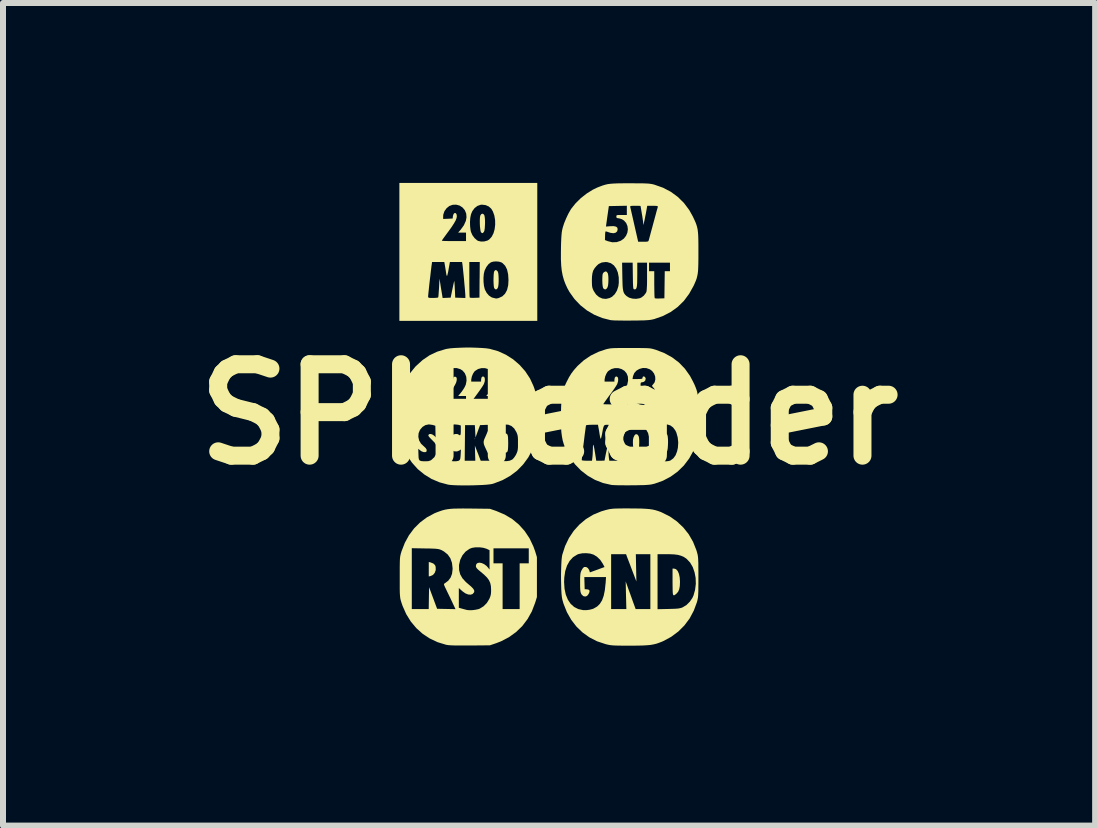
<source format=kicad_pcb>
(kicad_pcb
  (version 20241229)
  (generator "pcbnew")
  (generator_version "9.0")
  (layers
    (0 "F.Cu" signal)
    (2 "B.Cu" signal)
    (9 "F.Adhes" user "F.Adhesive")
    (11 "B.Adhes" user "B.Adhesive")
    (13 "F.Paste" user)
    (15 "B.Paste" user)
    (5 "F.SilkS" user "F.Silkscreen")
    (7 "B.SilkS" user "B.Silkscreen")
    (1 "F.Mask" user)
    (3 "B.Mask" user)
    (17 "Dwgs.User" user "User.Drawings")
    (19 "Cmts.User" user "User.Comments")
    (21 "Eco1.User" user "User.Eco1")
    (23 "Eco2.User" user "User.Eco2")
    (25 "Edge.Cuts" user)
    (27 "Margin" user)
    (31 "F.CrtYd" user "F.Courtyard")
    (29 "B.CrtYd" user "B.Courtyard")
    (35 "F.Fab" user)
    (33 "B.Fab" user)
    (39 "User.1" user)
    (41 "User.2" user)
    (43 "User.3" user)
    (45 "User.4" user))
  (footprint "SPIHeader"
    (layer "F.Cu")
    (at 6.103 3.857)
    (property "Reference" "SPIHeader" (at 0 0 0) (layer "F.SilkS") (effects (font (size 1.524 1.524) (thickness 0.3))))
    (attr board_only exclude_from_pos_files exclude_from_bom)
    (fp_poly (pts (xy -1.231 0.409) (xy -1.237 0.414) (xy -1.242 0.409) (xy -1.237 0.403)) (stroke (width 0) (type solid)) (fill yes) (layer "F.SilkS"))
    (fp_poly (pts (xy -1.975 2.469) (xy -1.929 2.487) (xy -1.9 2.515) (xy -1.89 2.544) (xy -1.889 2.596) (xy -1.905 2.642) (xy -1.934 2.677) (xy -1.975 2.696) (xy -1.975 2.696) (xy -2.005 2.703) (xy -2.005 2.462)) (stroke (width 0) (type solid)) (fill yes) (layer "F.SilkS"))
    (fp_poly (pts (xy -0.713 0.32) (xy -0.696 0.334) (xy -0.689 0.351) (xy -0.684 0.381) (xy -0.682 0.429) (xy -0.681 0.479) (xy -0.682 0.542) (xy -0.685 0.586) (xy -0.69 0.613) (xy -0.696 0.625) (xy -0.718 0.641) (xy -0.739 0.636) (xy -0.754 0.613) (xy -0.76 0.585) (xy -0.765 0.543) (xy -0.767 0.494) (xy -0.767 0.442) (xy -0.764 0.395) (xy -0.76 0.359) (xy -0.754 0.341) (xy -0.734 0.319)) (stroke (width 0) (type solid)) (fill yes) (layer "F.SilkS"))
    (fp_poly (pts (xy 1.468 0.334) (xy 1.483 0.347) (xy 1.493 0.364) (xy 1.499 0.385) (xy 1.503 0.418) (xy 1.504 0.466) (xy 1.504 0.472) (xy 1.501 0.54) (xy 1.493 0.588) (xy 1.478 0.617) (xy 1.458 0.63) (xy 1.439 0.624) (xy 1.422 0.607) (xy 1.409 0.575) (xy 1.401 0.529) (xy 1.398 0.478) (xy 1.399 0.428) (xy 1.407 0.389) (xy 1.407 0.388) (xy 1.426 0.349) (xy 1.446 0.331)) (stroke (width 0) (type solid)) (fill yes) (layer "F.SilkS"))
    (fp_poly (pts (xy 1.961 0.324) (xy 1.973 0.344) (xy 1.979 0.373) (xy 1.983 0.416) (xy 1.984 0.466) (xy 1.982 0.517) (xy 1.979 0.564) (xy 1.973 0.6) (xy 1.966 0.619) (xy 1.948 0.639) (xy 1.932 0.64) (xy 1.917 0.625) (xy 1.909 0.605) (xy 1.903 0.569) (xy 1.899 0.522) (xy 1.897 0.471) (xy 1.898 0.422) (xy 1.901 0.381) (xy 1.907 0.355) (xy 1.922 0.326) (xy 1.942 0.316)) (stroke (width 0) (type solid)) (fill yes) (layer "F.SilkS"))
    (fp_poly (pts (xy 2.117 2.582) (xy 2.144 2.611) (xy 2.165 2.658) (xy 2.178 2.718) (xy 2.183 2.79) (xy 2.18 2.862) (xy 2.17 2.917) (xy 2.152 2.958) (xy 2.124 2.99) (xy 2.123 2.991) (xy 2.103 3.007) (xy 2.087 3.017) (xy 2.076 3.017) (xy 2.068 3.007) (xy 2.063 2.983) (xy 2.061 2.944) (xy 2.06 2.887) (xy 2.059 2.812) (xy 2.059 2.795) (xy 2.059 2.572) (xy 2.085 2.572)) (stroke (width 0) (type solid)) (fill yes) (layer "F.SilkS"))
    (fp_poly (pts (xy -1.087 -3.332) (xy -1.078 -3.317) (xy -1.072 -3.288) (xy -1.068 -3.245) (xy -1.067 -3.196) (xy -1.069 -3.144) (xy -1.072 -3.097) (xy -1.078 -3.061) (xy -1.085 -3.043) (xy -1.103 -3.022) (xy -1.119 -3.022) (xy -1.135 -3.036) (xy -1.142 -3.056) (xy -1.147 -3.091) (xy -1.152 -3.137) (xy -1.154 -3.187) (xy -1.154 -3.237) (xy -1.152 -3.28) (xy -1.147 -3.31) (xy -1.145 -3.315) (xy -1.128 -3.339) (xy -1.107 -3.345)) (stroke (width 0) (type solid)) (fill yes) (layer "F.SilkS"))
    (fp_poly (pts (xy -0.86 -2.387) (xy -0.853 -2.375) (xy -0.846 -2.35) (xy -0.842 -2.309) (xy -0.84 -2.259) (xy -0.84 -2.208) (xy -0.843 -2.16) (xy -0.849 -2.124) (xy -0.851 -2.116) (xy -0.867 -2.089) (xy -0.887 -2.081) (xy -0.906 -2.093) (xy -0.916 -2.109) (xy -0.921 -2.135) (xy -0.924 -2.177) (xy -0.926 -2.227) (xy -0.925 -2.279) (xy -0.923 -2.328) (xy -0.919 -2.365) (xy -0.915 -2.381) (xy -0.9 -2.402) (xy -0.88 -2.404)) (stroke (width 0) (type solid)) (fill yes) (layer "F.SilkS"))
    (fp_poly (pts (xy 0.961 -2.377) (xy 0.979 -2.352) (xy 0.982 -2.342) (xy 0.988 -2.305) (xy 0.99 -2.257) (xy 0.989 -2.205) (xy 0.985 -2.158) (xy 0.977 -2.123) (xy 0.976 -2.119) (xy 0.957 -2.091) (xy 0.935 -2.081) (xy 0.912 -2.092) (xy 0.902 -2.106) (xy 0.895 -2.131) (xy 0.89 -2.175) (xy 0.888 -2.233) (xy 0.888 -2.236) (xy 0.889 -2.286) (xy 0.891 -2.32) (xy 0.895 -2.341) (xy 0.903 -2.356) (xy 0.913 -2.367) (xy 0.939 -2.382)) (stroke (width 0) (type solid)) (fill yes) (layer "F.SilkS"))
    (fp_poly (pts (xy -1.331 1.571) (xy -1.308 1.571) (xy -0.986 1.575) (xy -0.879 1.612) (xy -0.74 1.671) (xy -0.614 1.746) (xy -0.503 1.838) (xy -0.406 1.946) (xy -0.325 2.068) (xy -0.261 2.203) (xy -0.232 2.283) (xy -0.202 2.381) (xy -0.202 3.046) (xy -0.232 3.143) (xy -0.287 3.286) (xy -0.359 3.415) (xy -0.447 3.531) (xy -0.551 3.631) (xy -0.669 3.716) (xy -0.8 3.784) (xy -0.879 3.815) (xy -0.986 3.851) (xy -1.318 3.854) (xy -1.425 3.854) (xy -1.513 3.854) (xy -1.582 3.853) (xy -1.637 3.851) (xy -1.678 3.848) (xy -1.709 3.843) (xy -1.716 3.842) (xy -1.857 3.799) (xy -1.987 3.738) (xy -2.106 3.66) (xy -2.212 3.565) (xy -2.304 3.455) (xy -2.381 3.331) (xy -2.442 3.193) (xy -2.46 3.141) (xy -2.468 3.114) (xy -2.475 3.09) (xy -2.48 3.066) (xy -2.483 3.04) (xy -2.486 3.008) (xy -2.488 2.967) (xy -2.489 2.915) (xy -2.489 2.849) (xy -2.489 2.766) (xy -2.489 2.713) (xy -2.489 2.619) (xy -2.489 2.544) (xy -2.488 2.485) (xy -2.487 2.439) (xy -2.485 2.403) (xy -2.482 2.374) (xy -2.477 2.349) (xy -2.472 2.326) (xy -2.464 2.3) (xy -2.46 2.285) (xy -2.439 2.232) (xy -2.288 2.232) (xy -2.288 3.247) (xy -2.006 3.247) (xy -2.003 3.065) (xy -2 2.882) (xy -1.866 3.242) (xy -1.559 3.248) (xy -1.57 3.225) (xy -1.504 3.225) (xy -1.447 3.241) (xy -1.41 3.251) (xy -1.379 3.259) (xy -1.368 3.262) (xy -1.329 3.266) (xy -1.279 3.265) (xy -1.226 3.258) (xy -1.178 3.248) (xy -1.154 3.239) (xy -1.091 3.2) (xy -1.036 3.144) (xy -0.994 3.075) (xy -0.994 3.074) (xy -0.978 3.034) (xy -0.969 2.996) (xy -0.966 2.949) (xy -0.966 2.926) (xy -0.969 2.865) (xy -0.98 2.813) (xy -1.001 2.766) (xy -1.034 2.721) (xy -1.083 2.673) (xy -1.147 2.619) (xy -1.184 2.588) (xy -1.206 2.565) (xy -1.217 2.546) (xy -1.22 2.528) (xy -1.212 2.497) (xy -1.191 2.479) (xy -1.16 2.473) (xy -1.122 2.48) (xy -1.082 2.498) (xy -1.043 2.527) (xy -1.019 2.553) (xy -0.992 2.588) (xy -0.992 2.484) (xy -0.926 2.484) (xy -0.774 2.484) (xy -0.774 3.247) (xy -0.49 3.247) (xy -0.49 2.484) (xy -0.338 2.484) (xy -0.338 2.234) (xy -0.926 2.234) (xy -0.926 2.484) (xy -0.992 2.484) (xy -0.992 2.265) (xy -1.043 2.241) (xy -1.096 2.225) (xy -1.159 2.217) (xy -1.224 2.217) (xy -1.283 2.226) (xy -1.325 2.242) (xy -1.392 2.289) (xy -1.444 2.351) (xy -1.481 2.426) (xy -1.5 2.51) (xy -1.501 2.521) (xy -1.499 2.598) (xy -1.481 2.668) (xy -1.445 2.732) (xy -1.388 2.795) (xy -1.346 2.831) (xy -1.298 2.872) (xy -1.267 2.904) (xy -1.25 2.93) (xy -1.246 2.952) (xy -1.251 2.969) (xy -1.274 2.996) (xy -1.308 3.007) (xy -1.35 3.003) (xy -1.396 2.984) (xy -1.444 2.95) (xy -1.448 2.946) (xy -1.504 2.896) (xy -1.504 3.225) (xy -1.57 3.225) (xy -1.617 3.125) (xy -1.644 3.067) (xy -1.674 3.006) (xy -1.701 2.95) (xy -1.717 2.916) (xy -1.737 2.875) (xy -1.748 2.849) (xy -1.752 2.833) (xy -1.748 2.824) (xy -1.739 2.818) (xy -1.681 2.775) (xy -1.641 2.722) (xy -1.617 2.659) (xy -1.608 2.582) (xy -1.608 2.566) (xy -1.618 2.477) (xy -1.645 2.4) (xy -1.689 2.337) (xy -1.751 2.287) (xy -1.792 2.264) (xy -1.813 2.256) (xy -1.833 2.249) (xy -1.857 2.245) (xy -1.889 2.241) (xy -1.931 2.239) (xy -1.988 2.237) (xy -2.063 2.236) (xy -2.068 2.236) (xy -2.288 2.232) (xy -2.439 2.232) (xy -2.405 2.144) (xy -2.335 2.016) (xy -2.249 1.901) (xy -2.148 1.801) (xy -2.035 1.717) (xy -1.91 1.65) (xy -1.871 1.634) (xy -1.822 1.616) (xy -1.778 1.601) (xy -1.736 1.59) (xy -1.692 1.582) (xy -1.643 1.576) (xy -1.585 1.572) (xy -1.516 1.571) (xy -1.432 1.57)) (stroke (width 0) (type solid)) (fill yes) (layer "F.SilkS"))
    (fp_poly (pts (xy -0.196 -1.558) (xy -2.495 -1.558) (xy -2.495 -1.966) (xy -2.016 -1.966) (xy -2.015 -1.953) (xy -2.008 -1.945) (xy -1.992 -1.941) (xy -1.961 -1.94) (xy -1.935 -1.94) (xy -1.895 -1.941) (xy -1.864 -1.944) (xy -1.849 -1.948) (xy -1.848 -1.949) (xy -1.845 -1.963) (xy -1.842 -1.994) (xy -1.839 -2.038) (xy -1.835 -2.092) (xy -1.834 -2.11) (xy -1.826 -2.261) (xy -1.812 -2.174) (xy -1.804 -2.119) (xy -1.794 -2.061) (xy -1.786 -2.013) (xy -1.774 -1.939) (xy -1.707 -1.942) (xy -1.64 -1.945) (xy -1.611 -2.087) (xy -1.6 -2.138) (xy -1.591 -2.181) (xy -1.584 -2.21) (xy -1.58 -2.223) (xy -1.58 -2.223) (xy -1.578 -2.211) (xy -1.576 -2.181) (xy -1.573 -2.138) (xy -1.571 -2.086) (xy -1.57 -2.081) (xy -1.564 -1.945) (xy -1.479 -1.942) (xy -1.395 -1.939) (xy -1.395 -1.976) (xy -1.396 -1.998) (xy -1.399 -2.037) (xy -1.403 -2.091) (xy -1.409 -2.153) (xy -1.415 -2.221) (xy -1.417 -2.247) (xy -1.329 -2.247) (xy -1.329 -2.169) (xy -1.328 -2.098) (xy -1.327 -2.038) (xy -1.326 -1.99) (xy -1.324 -1.959) (xy -1.322 -1.946) (xy -1.322 -1.946) (xy -1.308 -1.943) (xy -1.278 -1.941) (xy -1.239 -1.942) (xy -1.237 -1.942) (xy -1.16 -1.945) (xy -1.158 -2.242) (xy -1.157 -2.278) (xy -1.093 -2.278) (xy -1.092 -2.208) (xy -1.085 -2.141) (xy -1.071 -2.084) (xy -1.069 -2.079) (xy -1.041 -2.026) (xy -1.004 -1.982) (xy -0.963 -1.953) (xy -0.94 -1.944) (xy -0.914 -1.938) (xy -0.899 -1.934) (xy -0.886 -1.931) (xy -0.872 -1.931) (xy -0.85 -1.936) (xy -0.836 -1.94) (xy -0.778 -1.967) (xy -0.733 -2.011) (xy -0.7 -2.072) (xy -0.681 -2.151) (xy -0.676 -2.238) (xy -0.682 -2.334) (xy -0.7 -2.414) (xy -0.731 -2.476) (xy -0.774 -2.52) (xy -0.795 -2.533) (xy -0.835 -2.545) (xy -0.884 -2.549) (xy -0.933 -2.545) (xy -0.97 -2.533) (xy -1.009 -2.503) (xy -1.045 -2.456) (xy -1.073 -2.399) (xy -1.074 -2.397) (xy -1.087 -2.344) (xy -1.093 -2.278) (xy -1.157 -2.278) (xy -1.155 -2.539) (xy -1.329 -2.539) (xy -1.329 -2.247) (xy -1.417 -2.247) (xy -1.421 -2.29) (xy -1.428 -2.356) (xy -1.434 -2.415) (xy -1.439 -2.463) (xy -1.443 -2.496) (xy -1.444 -2.503) (xy -1.45 -2.539) (xy -1.653 -2.539) (xy -1.673 -2.427) (xy -1.681 -2.38) (xy -1.69 -2.341) (xy -1.697 -2.315) (xy -1.7 -2.307) (xy -1.706 -2.311) (xy -1.712 -2.332) (xy -1.715 -2.35) (xy -1.721 -2.391) (xy -1.729 -2.44) (xy -1.734 -2.471) (xy -1.746 -2.539) (xy -1.95 -2.539) (xy -1.955 -2.503) (xy -1.959 -2.478) (xy -1.964 -2.435) (xy -1.971 -2.381) (xy -1.978 -2.318) (xy -1.986 -2.251) (xy -1.994 -2.182) (xy -2.001 -2.117) (xy -2.007 -2.059) (xy -2.012 -2.012) (xy -2.015 -1.979) (xy -2.016 -1.966) (xy -2.495 -1.966) (xy -2.495 -2.895) (xy -1.787 -2.895) (xy -1.777 -2.892) (xy -1.748 -2.89) (xy -1.704 -2.889) (xy -1.649 -2.888) (xy -1.585 -2.888) (xy -1.384 -2.888) (xy -1.384 -3.029) (xy -1.516 -3.029) (xy -1.472 -3.079) (xy -1.42 -3.151) (xy -1.395 -3.207) (xy -1.318 -3.207) (xy -1.316 -3.135) (xy -1.308 -3.069) (xy -1.302 -3.042) (xy -1.278 -2.987) (xy -1.242 -2.938) (xy -1.2 -2.901) (xy -1.182 -2.891) (xy -1.134 -2.88) (xy -1.08 -2.882) (xy -1.028 -2.896) (xy -0.999 -2.913) (xy -0.958 -2.957) (xy -0.927 -3.016) (xy -0.907 -3.085) (xy -0.898 -3.161) (xy -0.899 -3.239) (xy -0.912 -3.314) (xy -0.936 -3.382) (xy -0.964 -3.428) (xy -1.005 -3.465) (xy -1.058 -3.488) (xy -1.118 -3.495) (xy -1.141 -3.493) (xy -1.194 -3.474) (xy -1.241 -3.438) (xy -1.279 -3.387) (xy -1.301 -3.335) (xy -1.313 -3.276) (xy -1.318 -3.207) (xy -1.395 -3.207) (xy -1.387 -3.224) (xy -1.376 -3.285) (xy -1.381 -3.347) (xy -1.404 -3.403) (xy -1.442 -3.448) (xy -1.491 -3.48) (xy -1.548 -3.495) (xy -1.606 -3.493) (xy -1.662 -3.473) (xy -1.709 -3.435) (xy -1.744 -3.386) (xy -1.763 -3.33) (xy -1.765 -3.304) (xy -1.765 -3.257) (xy -1.686 -3.26) (xy -1.607 -3.264) (xy -1.602 -3.307) (xy -1.591 -3.34) (xy -1.575 -3.356) (xy -1.556 -3.354) (xy -1.542 -3.335) (xy -1.537 -3.302) (xy -1.542 -3.271) (xy -1.557 -3.232) (xy -1.584 -3.184) (xy -1.623 -3.124) (xy -1.676 -3.05) (xy -1.684 -3.04) (xy -1.719 -2.992) (xy -1.749 -2.951) (xy -1.772 -2.919) (xy -1.785 -2.899) (xy -1.787 -2.895) (xy -2.495 -2.895) (xy -2.495 -3.857) (xy -0.196 -3.857)) (stroke (width 0) (type solid)) (fill yes) (layer "F.SilkS"))
    (fp_poly (pts (xy 1.45 1.57) (xy 1.539 1.571) (xy 1.613 1.575) (xy 1.675 1.58) (xy 1.728 1.588) (xy 1.776 1.599) (xy 1.821 1.613) (xy 1.867 1.63) (xy 1.878 1.635) (xy 2.012 1.702) (xy 2.132 1.786) (xy 2.238 1.886) (xy 2.328 1.999) (xy 2.401 2.126) (xy 2.456 2.264) (xy 2.465 2.294) (xy 2.472 2.32) (xy 2.478 2.344) (xy 2.482 2.37) (xy 2.485 2.4) (xy 2.487 2.437) (xy 2.489 2.485) (xy 2.489 2.545) (xy 2.49 2.622) (xy 2.49 2.713) (xy 2.49 2.808) (xy 2.489 2.884) (xy 2.489 2.944) (xy 2.487 2.991) (xy 2.485 3.028) (xy 2.482 3.058) (xy 2.477 3.084) (xy 2.472 3.108) (xy 2.465 3.133) (xy 2.413 3.273) (xy 2.344 3.403) (xy 2.257 3.519) (xy 2.155 3.621) (xy 2.037 3.709) (xy 1.906 3.78) (xy 1.878 3.792) (xy 1.831 3.81) (xy 1.787 3.825) (xy 1.74 3.836) (xy 1.689 3.845) (xy 1.631 3.85) (xy 1.561 3.854) (xy 1.477 3.856) (xy 1.376 3.857) (xy 1.338 3.857) (xy 1.248 3.857) (xy 1.177 3.856) (xy 1.121 3.855) (xy 1.076 3.853) (xy 1.04 3.85) (xy 1.009 3.846) (xy 0.98 3.84) (xy 0.95 3.833) (xy 0.94 3.83) (xy 0.801 3.784) (xy 0.674 3.719) (xy 0.559 3.637) (xy 0.457 3.539) (xy 0.37 3.426) (xy 0.298 3.299) (xy 0.242 3.159) (xy 0.221 3.086) (xy 0.214 3.046) (xy 0.208 2.989) (xy 0.204 2.918) (xy 0.202 2.837) (xy 0.201 2.795) (xy 0.251 2.795) (xy 0.258 2.907) (xy 0.279 3.006) (xy 0.314 3.091) (xy 0.36 3.159) (xy 0.419 3.212) (xy 0.488 3.247) (xy 0.567 3.264) (xy 0.63 3.264) (xy 0.675 3.258) (xy 0.711 3.249) (xy 1.809 3.249) (xy 1.991 3.245) (xy 2.061 3.243) (xy 2.112 3.241) (xy 2.15 3.238) (xy 2.179 3.233) (xy 2.204 3.227) (xy 2.227 3.218) (xy 2.231 3.216) (xy 2.291 3.179) (xy 2.345 3.126) (xy 2.388 3.064) (xy 2.408 3.022) (xy 2.435 2.925) (xy 2.447 2.826) (xy 2.444 2.727) (xy 2.426 2.634) (xy 2.396 2.547) (xy 2.352 2.472) (xy 2.296 2.412) (xy 2.285 2.403) (xy 2.244 2.376) (xy 2.199 2.357) (xy 2.147 2.343) (xy 2.083 2.335) (xy 2.003 2.332) (xy 1.967 2.332) (xy 1.809 2.332) (xy 1.809 3.249) (xy 0.711 3.249) (xy 0.719 3.247) (xy 1.035 3.247) (xy 1.289 3.247) (xy 1.283 3.016) (xy 1.278 2.786) (xy 1.324 2.916) (xy 1.347 2.978) (xy 1.371 3.045) (xy 1.393 3.107) (xy 1.407 3.146) (xy 1.444 3.247) (xy 1.689 3.247) (xy 1.689 2.332) (xy 1.447 2.332) (xy 1.456 2.786) (xy 1.381 2.589) (xy 1.357 2.525) (xy 1.335 2.467) (xy 1.316 2.418) (xy 1.302 2.382) (xy 1.295 2.362) (xy 1.295 2.362) (xy 1.284 2.332) (xy 1.035 2.332) (xy 1.035 3.247) (xy 0.719 3.247) (xy 0.72 3.247) (xy 0.744 3.238) (xy 0.801 3.205) (xy 0.847 3.16) (xy 0.884 3.101) (xy 0.911 3.026) (xy 0.93 2.933) (xy 0.942 2.822) (xy 0.943 2.819) (xy 0.95 2.713) (xy 0.588 2.713) (xy 0.591 2.814) (xy 0.594 2.915) (xy 0.635 2.918) (xy 0.664 2.925) (xy 0.676 2.942) (xy 0.671 2.97) (xy 0.659 2.996) (xy 0.634 3.027) (xy 0.604 3.038) (xy 0.572 3.031) (xy 0.543 3.004) (xy 0.537 2.993) (xy 0.529 2.975) (xy 0.523 2.951) (xy 0.52 2.917) (xy 0.518 2.869) (xy 0.518 2.806) (xy 0.518 2.743) (xy 0.52 2.696) (xy 0.523 2.662) (xy 0.528 2.636) (xy 0.536 2.613) (xy 0.541 2.603) (xy 0.56 2.57) (xy 0.581 2.548) (xy 0.588 2.545) (xy 0.618 2.545) (xy 0.647 2.563) (xy 0.668 2.594) (xy 0.671 2.602) (xy 0.681 2.635) (xy 0.803 2.591) (xy 0.925 2.546) (xy 0.898 2.494) (xy 0.854 2.427) (xy 0.798 2.373) (xy 0.742 2.339) (xy 0.687 2.322) (xy 0.622 2.315) (xy 0.554 2.317) (xy 0.493 2.329) (xy 0.469 2.339) (xy 0.4 2.382) (xy 0.344 2.443) (xy 0.3 2.521) (xy 0.27 2.613) (xy 0.254 2.72) (xy 0.251 2.795) (xy 0.201 2.795) (xy 0.2 2.75) (xy 0.2 2.662) (xy 0.202 2.576) (xy 0.205 2.496) (xy 0.209 2.427) (xy 0.215 2.372) (xy 0.221 2.34) (xy 0.268 2.195) (xy 0.332 2.062) (xy 0.412 1.942) (xy 0.507 1.837) (xy 0.615 1.747) (xy 0.737 1.673) (xy 0.87 1.618) (xy 0.944 1.596) (xy 0.977 1.588) (xy 1.007 1.581) (xy 1.037 1.577) (xy 1.071 1.573) (xy 1.112 1.571) (xy 1.164 1.57) (xy 1.23 1.569) (xy 1.313 1.569) (xy 1.342 1.569)) (stroke (width 0) (type solid)) (fill yes) (layer "F.SilkS"))
    (fp_poly (pts (xy 1.351 -3.852) (xy 1.445 -3.851) (xy 1.52 -3.851) (xy 1.579 -3.85) (xy 1.625 -3.848) (xy 1.661 -3.846) (xy 1.691 -3.842) (xy 1.717 -3.838) (xy 1.743 -3.832) (xy 1.76 -3.827) (xy 1.902 -3.777) (xy 2.031 -3.709) (xy 2.147 -3.624) (xy 2.249 -3.523) (xy 2.337 -3.406) (xy 2.397 -3.298) (xy 2.421 -3.247) (xy 2.441 -3.203) (xy 2.456 -3.163) (xy 2.468 -3.123) (xy 2.477 -3.081) (xy 2.483 -3.033) (xy 2.487 -2.976) (xy 2.489 -2.907) (xy 2.49 -2.823) (xy 2.49 -2.72) (xy 2.49 -2.708) (xy 2.49 -2.604) (xy 2.489 -2.518) (xy 2.487 -2.448) (xy 2.484 -2.39) (xy 2.478 -2.342) (xy 2.47 -2.301) (xy 2.46 -2.262) (xy 2.446 -2.224) (xy 2.428 -2.182) (xy 2.409 -2.14) (xy 2.335 -2.008) (xy 2.247 -1.89) (xy 2.144 -1.789) (xy 2.027 -1.705) (xy 1.897 -1.638) (xy 1.757 -1.589) (xy 1.729 -1.582) (xy 1.7 -1.576) (xy 1.669 -1.572) (xy 1.631 -1.569) (xy 1.583 -1.566) (xy 1.521 -1.565) (xy 1.444 -1.563) (xy 1.378 -1.563) (xy 1.297 -1.562) (xy 1.22 -1.563) (xy 1.15 -1.564) (xy 1.092 -1.565) (xy 1.049 -1.568) (xy 1.026 -1.57) (xy 0.888 -1.605) (xy 0.756 -1.659) (xy 0.633 -1.731) (xy 0.522 -1.819) (xy 0.424 -1.922) (xy 0.342 -2.037) (xy 0.305 -2.103) (xy 0.273 -2.173) (xy 0.25 -2.234) (xy 0.714 -2.234) (xy 0.715 -2.18) (xy 0.717 -2.142) (xy 0.722 -2.113) (xy 0.731 -2.086) (xy 0.745 -2.056) (xy 0.784 -1.997) (xy 0.833 -1.955) (xy 0.889 -1.93) (xy 0.949 -1.924) (xy 1.009 -1.938) (xy 1.051 -1.96) (xy 1.097 -2.004) (xy 1.133 -2.064) (xy 1.156 -2.136) (xy 1.163 -2.193) (xy 1.162 -2.284) (xy 1.147 -2.364) (xy 1.12 -2.43) (xy 1.081 -2.483) (xy 1.031 -2.519) (xy 1.001 -2.528) (xy 1.218 -2.528) (xy 1.222 -2.296) (xy 1.224 -2.213) (xy 1.226 -2.148) (xy 1.23 -2.099) (xy 1.236 -2.062) (xy 1.244 -2.034) (xy 1.255 -2.012) (xy 1.271 -1.992) (xy 1.29 -1.973) (xy 1.334 -1.945) (xy 1.39 -1.929) (xy 1.45 -1.925) (xy 1.507 -1.934) (xy 1.536 -1.945) (xy 1.579 -1.977) (xy 1.613 -2.021) (xy 1.623 -2.041) (xy 1.627 -2.063) (xy 1.63 -2.103) (xy 1.633 -2.159) (xy 1.634 -2.229) (xy 1.634 -2.3) (xy 1.634 -2.386) (xy 1.667 -2.386) (xy 1.754 -2.386) (xy 1.754 -2.165) (xy 1.755 -2.097) (xy 1.756 -2.037) (xy 1.757 -1.988) (xy 1.759 -1.954) (xy 1.762 -1.937) (xy 1.762 -1.936) (xy 1.776 -1.932) (xy 1.806 -1.93) (xy 1.844 -1.931) (xy 1.847 -1.931) (xy 1.923 -1.934) (xy 1.926 -2.16) (xy 1.929 -2.386) (xy 2.016 -2.386) (xy 2.016 -2.528) (xy 1.667 -2.528) (xy 1.667 -2.386) (xy 1.634 -2.386) (xy 1.634 -2.528) (xy 1.471 -2.528) (xy 1.471 -2.333) (xy 1.47 -2.25) (xy 1.469 -2.187) (xy 1.465 -2.141) (xy 1.459 -2.11) (xy 1.45 -2.092) (xy 1.438 -2.084) (xy 1.425 -2.083) (xy 1.416 -2.085) (xy 1.41 -2.089) (xy 1.406 -2.099) (xy 1.403 -2.117) (xy 1.401 -2.146) (xy 1.399 -2.189) (xy 1.398 -2.249) (xy 1.397 -2.307) (xy 1.394 -2.528) (xy 1.218 -2.528) (xy 1.001 -2.528) (xy 0.971 -2.537) (xy 0.943 -2.539) (xy 0.879 -2.531) (xy 0.825 -2.505) (xy 0.787 -2.469) (xy 0.756 -2.43) (xy 0.735 -2.393) (xy 0.723 -2.35) (xy 0.716 -2.297) (xy 0.714 -2.234) (xy 0.25 -2.234) (xy 0.247 -2.243) (xy 0.227 -2.315) (xy 0.212 -2.393) (xy 0.203 -2.48) (xy 0.198 -2.58) (xy 0.198 -2.695) (xy 0.199 -2.782) (xy 0.201 -2.867) (xy 0.203 -2.905) (xy 0.932 -2.905) (xy 0.981 -2.886) (xy 1.055 -2.868) (xy 1.129 -2.871) (xy 1.197 -2.894) (xy 1.247 -2.929) (xy 1.283 -2.975) (xy 1.306 -3.028) (xy 1.314 -3.084) (xy 1.307 -3.139) (xy 1.286 -3.189) (xy 1.25 -3.23) (xy 1.217 -3.251) (xy 1.184 -3.263) (xy 1.154 -3.269) (xy 1.151 -3.269) (xy 1.129 -3.273) (xy 1.123 -3.29) (xy 1.122 -3.296) (xy 1.123 -3.31) (xy 1.129 -3.318) (xy 1.144 -3.322) (xy 1.173 -3.323) (xy 1.21 -3.323) (xy 1.297 -3.323) (xy 1.297 -3.461) (xy 1.353 -3.461) (xy 1.353 -3.457) (xy 1.357 -3.442) (xy 1.365 -3.408) (xy 1.376 -3.359) (xy 1.39 -3.298) (xy 1.406 -3.228) (xy 1.422 -3.157) (xy 1.486 -2.877) (xy 1.57 -2.877) (xy 1.614 -2.877) (xy 1.641 -2.88) (xy 1.655 -2.886) (xy 1.66 -2.896) (xy 1.665 -2.911) (xy 1.674 -2.945) (xy 1.687 -2.993) (xy 1.703 -3.053) (xy 1.722 -3.122) (xy 1.738 -3.182) (xy 1.758 -3.255) (xy 1.776 -3.322) (xy 1.791 -3.379) (xy 1.804 -3.424) (xy 1.812 -3.452) (xy 1.814 -3.462) (xy 1.811 -3.469) (xy 1.793 -3.474) (xy 1.757 -3.476) (xy 1.728 -3.476) (xy 1.637 -3.476) (xy 1.614 -3.348) (xy 1.603 -3.294) (xy 1.594 -3.246) (xy 1.585 -3.208) (xy 1.581 -3.187) (xy 1.571 -3.155) (xy 1.57 -3.187) (xy 1.568 -3.211) (xy 1.562 -3.25) (xy 1.555 -3.3) (xy 1.547 -3.345) (xy 1.539 -3.395) (xy 1.532 -3.435) (xy 1.527 -3.463) (xy 1.526 -3.473) (xy 1.516 -3.475) (xy 1.489 -3.476) (xy 1.45 -3.476) (xy 1.437 -3.476) (xy 1.393 -3.476) (xy 1.367 -3.474) (xy 1.355 -3.469) (xy 1.353 -3.461) (xy 1.297 -3.461) (xy 1.297 -3.477) (xy 1.147 -3.474) (xy 0.997 -3.471) (xy 0.979 -3.345) (xy 0.971 -3.29) (xy 0.964 -3.239) (xy 0.958 -3.197) (xy 0.955 -3.175) (xy 0.949 -3.13) (xy 1.023 -3.136) (xy 1.079 -3.137) (xy 1.116 -3.129) (xy 1.137 -3.113) (xy 1.144 -3.087) (xy 1.144 -3.087) (xy 1.136 -3.051) (xy 1.111 -3.028) (xy 1.074 -3.019) (xy 1.026 -3.025) (xy 0.991 -3.036) (xy 0.963 -3.046) (xy 0.945 -3.049) (xy 0.941 -3.048) (xy 0.938 -3.035) (xy 0.935 -3.007) (xy 0.934 -2.974) (xy 0.932 -2.905) (xy 0.203 -2.905) (xy 0.204 -2.935) (xy 0.208 -2.989) (xy 0.212 -3.032) (xy 0.218 -3.069) (xy 0.226 -3.103) (xy 0.228 -3.111) (xy 0.251 -3.184) (xy 0.284 -3.264) (xy 0.321 -3.343) (xy 0.36 -3.411) (xy 0.371 -3.428) (xy 0.443 -3.518) (xy 0.53 -3.604) (xy 0.628 -3.681) (xy 0.729 -3.744) (xy 0.803 -3.78) (xy 0.852 -3.799) (xy 0.895 -3.815) (xy 0.935 -3.827) (xy 0.976 -3.837) (xy 1.021 -3.843) (xy 1.074 -3.847) (xy 1.137 -3.85) (xy 1.214 -3.851) (xy 1.309 -3.852)) (stroke (width 0) (type solid)) (fill yes) (layer "F.SilkS"))
    (fp_poly (pts (xy -1.204 -1.11) (xy -1.118 -1.106) (xy -1.044 -1.1) (xy -0.986 -1.091) (xy -0.986 -1.091) (xy -0.848 -1.052) (xy -0.719 -0.993) (xy -0.599 -0.917) (xy -0.491 -0.824) (xy -0.397 -0.718) (xy -0.318 -0.598) (xy -0.261 -0.475) (xy -0.241 -0.42) (xy -0.225 -0.365) (xy -0.214 -0.307) (xy -0.205 -0.243) (xy -0.2 -0.17) (xy -0.198 -0.083) (xy -0.198 0.02) (xy -0.199 0.087) (xy -0.201 0.176) (xy -0.203 0.246) (xy -0.205 0.301) (xy -0.208 0.344) (xy -0.212 0.379) (xy -0.218 0.41) (xy -0.224 0.439) (xy -0.228 0.451) (xy -0.278 0.591) (xy -0.346 0.719) (xy -0.431 0.835) (xy -0.531 0.938) (xy -0.646 1.025) (xy -0.775 1.097) (xy -0.915 1.151) (xy -0.948 1.161) (xy -0.984 1.167) (xy -1.039 1.173) (xy -1.107 1.178) (xy -1.185 1.181) (xy -1.27 1.184) (xy -1.356 1.185) (xy -1.442 1.185) (xy -1.521 1.184) (xy -1.592 1.181) (xy -1.648 1.177) (xy -1.684 1.172) (xy -1.825 1.134) (xy -1.958 1.078) (xy -2.079 1.003) (xy -2.189 0.913) (xy -2.284 0.807) (xy -2.365 0.689) (xy -2.42 0.575) (xy -2.18 0.575) (xy -2.177 0.671) (xy -2.175 0.72) (xy -2.169 0.752) (xy -2.156 0.77) (xy -2.132 0.779) (xy -2.093 0.783) (xy -2.058 0.783) (xy -2.013 0.781) (xy -1.98 0.771) (xy -1.961 0.76) (xy -1.912 0.715) (xy -1.879 0.658) (xy -1.868 0.616) (xy -1.866 0.564) (xy -1.879 0.517) (xy -1.908 0.471) (xy -1.916 0.463) (xy -1.819 0.463) (xy -1.817 0.527) (xy -1.809 0.587) (xy -1.796 0.636) (xy -1.79 0.648) (xy -1.747 0.709) (xy -1.69 0.757) (xy -1.673 0.766) (xy -1.639 0.778) (xy -1.596 0.783) (xy -1.552 0.783) (xy -1.515 0.777) (xy -1.508 0.774) (xy -1.406 0.774) (xy -1.229 0.774) (xy -1.233 0.648) (xy -1.234 0.599) (xy -1.235 0.559) (xy -1.236 0.532) (xy -1.236 0.523) (xy -1.232 0.533) (xy -1.222 0.559) (xy -1.207 0.597) (xy -1.189 0.644) (xy -1.187 0.648) (xy -1.139 0.774) (xy -0.96 0.774) (xy -1.02 0.646) (xy -1.05 0.584) (xy -1.071 0.538) (xy -1.085 0.503) (xy -1.09 0.474) (xy -1.089 0.447) (xy -1.087 0.44) (xy -0.935 0.44) (xy -0.935 0.519) (xy -0.922 0.594) (xy -0.898 0.661) (xy -0.865 0.717) (xy -0.822 0.757) (xy -0.801 0.77) (xy -0.758 0.781) (xy -0.706 0.781) (xy -0.656 0.773) (xy -0.615 0.755) (xy -0.613 0.754) (xy -0.59 0.731) (xy -0.564 0.696) (xy -0.548 0.667) (xy -0.535 0.638) (xy -0.526 0.612) (xy -0.521 0.584) (xy -0.518 0.547) (xy -0.518 0.496) (xy -0.518 0.479) (xy -0.518 0.422) (xy -0.52 0.38) (xy -0.525 0.348) (xy -0.534 0.321) (xy -0.544 0.297) (xy -0.58 0.237) (xy -0.626 0.195) (xy -0.68 0.173) (xy -0.74 0.17) (xy -0.765 0.175) (xy -0.821 0.198) (xy -0.865 0.237) (xy -0.899 0.293) (xy -0.922 0.361) (xy -0.935 0.44) (xy -1.087 0.44) (xy -1.081 0.419) (xy -1.065 0.383) (xy -1.044 0.335) (xy -1.041 0.328) (xy -1.019 0.278) (xy -1 0.235) (xy -0.987 0.203) (xy -0.981 0.185) (xy -0.981 0.184) (xy -0.991 0.179) (xy -1.018 0.176) (xy -1.059 0.176) (xy -1.065 0.177) (xy -1.15 0.18) (xy -1.188 0.283) (xy -1.226 0.387) (xy -1.231 0.283) (xy -1.237 0.18) (xy -1.4 0.18) (xy -1.403 0.477) (xy -1.406 0.774) (xy -1.508 0.774) (xy -1.498 0.769) (xy -1.486 0.756) (xy -1.479 0.735) (xy -1.475 0.7) (xy -1.473 0.67) (xy -1.469 0.586) (xy -1.496 0.604) (xy -1.534 0.619) (xy -1.575 0.618) (xy -1.61 0.603) (xy -1.625 0.588) (xy -1.644 0.547) (xy -1.653 0.496) (xy -1.65 0.441) (xy -1.638 0.391) (xy -1.616 0.352) (xy -1.612 0.348) (xy -1.589 0.335) (xy -1.559 0.328) (xy -1.53 0.328) (xy -1.511 0.336) (xy -1.509 0.338) (xy -1.493 0.348) (xy -1.487 0.349) (xy -1.478 0.344) (xy -1.473 0.327) (xy -1.471 0.294) (xy -1.471 0.267) (xy -1.471 0.186) (xy -1.515 0.174) (xy -1.579 0.168) (xy -1.642 0.181) (xy -1.7 0.211) (xy -1.751 0.257) (xy -1.79 0.316) (xy -1.805 0.352) (xy -1.815 0.402) (xy -1.819 0.463) (xy -1.916 0.463) (xy -1.954 0.424) (xy -1.99 0.387) (xy -2.009 0.362) (xy -2.013 0.345) (xy -2.012 0.345) (xy -1.997 0.33) (xy -1.97 0.328) (xy -1.94 0.339) (xy -1.915 0.357) (xy -1.884 0.386) (xy -1.891 0.192) (xy -1.94 0.177) (xy -2.004 0.168) (xy -2.061 0.18) (xy -2.111 0.211) (xy -2.152 0.26) (xy -2.175 0.316) (xy -2.179 0.376) (xy -2.166 0.435) (xy -2.135 0.489) (xy -2.087 0.534) (xy -2.057 0.562) (xy -2.04 0.591) (xy -2.041 0.617) (xy -2.043 0.62) (xy -2.061 0.631) (xy -2.09 0.63) (xy -2.122 0.619) (xy -2.146 0.603) (xy -2.18 0.575) (xy -2.42 0.575) (xy -2.428 0.559) (xy -2.465 0.448) (xy -2.474 0.402) (xy -2.482 0.339) (xy -2.488 0.262) (xy -2.492 0.176) (xy -2.495 0.086) (xy -2.495 -0.006) (xy -2.494 -0.095) (xy -2.491 -0.176) (xy -2.491 -0.179) (xy -1.784 -0.179) (xy -1.783 -0.173) (xy -1.773 -0.169) (xy -1.752 -0.166) (xy -1.718 -0.165) (xy -1.667 -0.164) (xy -1.598 -0.163) (xy -1.587 -0.163) (xy -1.384 -0.163) (xy -1.384 -0.17) (xy -1.318 -0.17) (xy -1.308 -0.168) (xy -1.279 -0.167) (xy -1.236 -0.166) (xy -1.18 -0.165) (xy -1.116 -0.166) (xy -1.114 -0.166) (xy -0.91 -0.169) (xy -0.907 -0.237) (xy -0.903 -0.305) (xy -1.048 -0.305) (xy -1.002 -0.357) (xy -0.951 -0.425) (xy -0.919 -0.495) (xy -0.904 -0.564) (xy -0.909 -0.63) (xy -0.929 -0.681) (xy -0.965 -0.725) (xy -1.013 -0.754) (xy -1.069 -0.77) (xy -1.127 -0.77) (xy -1.183 -0.755) (xy -1.232 -0.724) (xy -1.245 -0.712) (xy -1.268 -0.676) (xy -1.287 -0.63) (xy -1.296 -0.586) (xy -1.297 -0.578) (xy -1.297 -0.545) (xy -1.133 -0.545) (xy -1.133 -0.575) (xy -1.127 -0.611) (xy -1.111 -0.629) (xy -1.094 -0.63) (xy -1.077 -0.617) (xy -1.07 -0.59) (xy -1.071 -0.553) (xy -1.083 -0.514) (xy -1.09 -0.498) (xy -1.105 -0.473) (xy -1.13 -0.435) (xy -1.162 -0.389) (xy -1.199 -0.338) (xy -1.216 -0.315) (xy -1.251 -0.267) (xy -1.281 -0.226) (xy -1.303 -0.194) (xy -1.316 -0.175) (xy -1.318 -0.17) (xy -1.384 -0.17) (xy -1.384 -0.305) (xy -1.515 -0.305) (xy -1.46 -0.372) (xy -1.431 -0.413) (xy -1.405 -0.456) (xy -1.389 -0.492) (xy -1.388 -0.493) (xy -1.375 -0.561) (xy -1.38 -0.625) (xy -1.402 -0.682) (xy -1.439 -0.727) (xy -1.477 -0.752) (xy -1.538 -0.771) (xy -1.598 -0.771) (xy -1.654 -0.754) (xy -1.702 -0.722) (xy -1.738 -0.677) (xy -1.76 -0.62) (xy -1.763 -0.6) (xy -1.768 -0.545) (xy -1.603 -0.545) (xy -1.6 -0.586) (xy -1.595 -0.613) (xy -1.586 -0.624) (xy -1.569 -0.627) (xy -1.55 -0.623) (xy -1.541 -0.607) (xy -1.538 -0.591) (xy -1.54 -0.563) (xy -1.549 -0.529) (xy -1.568 -0.489) (xy -1.598 -0.44) (xy -1.64 -0.379) (xy -1.677 -0.329) (xy -1.712 -0.281) (xy -1.743 -0.239) (xy -1.767 -0.205) (xy -1.781 -0.184) (xy -1.784 -0.179) (xy -2.491 -0.179) (xy -2.486 -0.245) (xy -2.48 -0.293) (xy -2.446 -0.432) (xy -2.393 -0.561) (xy -2.32 -0.682) (xy -2.228 -0.795) (xy -2.219 -0.804) (xy -2.109 -0.904) (xy -1.992 -0.984) (xy -1.865 -1.044) (xy -1.728 -1.086) (xy -1.706 -1.091) (xy -1.648 -1.1) (xy -1.574 -1.106) (xy -1.487 -1.11) (xy -1.394 -1.113) (xy -1.298 -1.113)) (stroke (width 0) (type solid)) (fill yes) (layer "F.SilkS"))
    (fp_poly (pts (xy 1.357 -1.106) (xy 1.45 -1.106) (xy 1.524 -1.105) (xy 1.582 -1.104) (xy 1.628 -1.103) (xy 1.664 -1.101) (xy 1.692 -1.098) (xy 1.717 -1.093) (xy 1.741 -1.087) (xy 1.767 -1.079) (xy 1.779 -1.076) (xy 1.922 -1.021) (xy 2.051 -0.95) (xy 2.166 -0.863) (xy 2.265 -0.76) (xy 2.349 -0.642) (xy 2.398 -0.55) (xy 2.423 -0.499) (xy 2.442 -0.454) (xy 2.457 -0.414) (xy 2.469 -0.374) (xy 2.477 -0.331) (xy 2.483 -0.283) (xy 2.487 -0.226) (xy 2.489 -0.156) (xy 2.49 -0.071) (xy 2.49 0.032) (xy 2.49 0.033) (xy 2.49 0.138) (xy 2.489 0.225) (xy 2.486 0.296) (xy 2.483 0.355) (xy 2.477 0.404) (xy 2.468 0.448) (xy 2.457 0.488) (xy 2.442 0.529) (xy 2.423 0.573) (xy 2.408 0.606) (xy 2.336 0.737) (xy 2.248 0.853) (xy 2.145 0.954) (xy 2.028 1.039) (xy 1.899 1.107) (xy 1.758 1.157) (xy 1.757 1.157) (xy 1.728 1.164) (xy 1.7 1.17) (xy 1.668 1.174) (xy 1.629 1.177) (xy 1.58 1.18) (xy 1.518 1.181) (xy 1.439 1.183) (xy 1.384 1.183) (xy 1.303 1.184) (xy 1.227 1.183) (xy 1.159 1.183) (xy 1.102 1.181) (xy 1.06 1.179) (xy 1.039 1.177) (xy 0.899 1.145) (xy 0.766 1.093) (xy 0.644 1.023) (xy 0.532 0.936) (xy 0.434 0.835) (xy 0.382 0.764) (xy 0.545 0.764) (xy 0.555 0.769) (xy 0.581 0.772) (xy 0.619 0.774) (xy 0.63 0.774) (xy 0.716 0.774) (xy 0.723 0.716) (xy 0.727 0.676) (xy 0.729 0.625) (xy 0.731 0.574) (xy 0.731 0.572) (xy 0.732 0.531) (xy 0.735 0.509) (xy 0.739 0.508) (xy 0.745 0.527) (xy 0.754 0.567) (xy 0.764 0.629) (xy 0.768 0.651) (xy 0.787 0.774) (xy 0.857 0.774) (xy 0.893 0.773) (xy 0.918 0.772) (xy 0.926 0.771) (xy 0.928 0.755) (xy 0.934 0.725) (xy 0.942 0.683) (xy 0.952 0.636) (xy 0.962 0.588) (xy 0.971 0.543) (xy 0.979 0.508) (xy 0.984 0.486) (xy 0.986 0.481) (xy 0.988 0.489) (xy 0.99 0.514) (xy 0.991 0.553) (xy 0.992 0.584) (xy 0.992 0.635) (xy 0.994 0.683) (xy 0.997 0.721) (xy 0.999 0.733) (xy 1.005 0.774) (xy 1.176 0.774) (xy 1.17 0.722) (xy 1.167 0.696) (xy 1.163 0.652) (xy 1.157 0.595) (xy 1.15 0.527) (xy 1.146 0.484) (xy 1.224 0.484) (xy 1.231 0.55) (xy 1.245 0.613) (xy 1.264 0.664) (xy 1.264 0.664) (xy 1.303 0.718) (xy 1.353 0.757) (xy 1.411 0.78) (xy 1.473 0.784) (xy 1.535 0.769) (xy 1.548 0.763) (xy 1.597 0.726) (xy 1.635 0.672) (xy 1.662 0.603) (xy 1.676 0.523) (xy 1.678 0.48) (xy 1.675 0.437) (xy 1.734 0.437) (xy 1.734 0.501) (xy 1.737 0.555) (xy 1.743 0.594) (xy 1.751 0.627) (xy 1.765 0.659) (xy 1.771 0.671) (xy 1.8 0.718) (xy 1.83 0.749) (xy 1.847 0.76) (xy 1.896 0.778) (xy 1.95 0.784) (xy 2 0.778) (xy 2.025 0.769) (xy 2.072 0.734) (xy 2.109 0.684) (xy 2.135 0.617) (xy 2.148 0.557) (xy 2.154 0.471) (xy 2.145 0.385) (xy 2.123 0.306) (xy 2.106 0.27) (xy 2.068 0.219) (xy 2.022 0.185) (xy 1.97 0.169) (xy 1.917 0.17) (xy 1.865 0.186) (xy 1.817 0.219) (xy 1.778 0.266) (xy 1.75 0.328) (xy 1.748 0.334) (xy 1.738 0.381) (xy 1.734 0.437) (xy 1.675 0.437) (xy 1.671 0.39) (xy 1.652 0.314) (xy 1.619 0.255) (xy 1.611 0.244) (xy 1.559 0.199) (xy 1.504 0.174) (xy 1.448 0.167) (xy 1.394 0.178) (xy 1.342 0.205) (xy 1.297 0.248) (xy 1.261 0.304) (xy 1.235 0.374) (xy 1.226 0.425) (xy 1.224 0.484) (xy 1.146 0.484) (xy 1.143 0.454) (xy 1.14 0.425) (xy 1.117 0.18) (xy 1.016 0.177) (xy 0.976 0.175) (xy 0.948 0.175) (xy 0.929 0.179) (xy 0.916 0.191) (xy 0.907 0.213) (xy 0.898 0.249) (xy 0.888 0.303) (xy 0.884 0.327) (xy 0.874 0.373) (xy 0.867 0.4) (xy 0.861 0.407) (xy 0.855 0.395) (xy 0.848 0.362) (xy 0.839 0.308) (xy 0.839 0.305) (xy 0.832 0.263) (xy 0.825 0.226) (xy 0.821 0.204) (xy 0.816 0.174) (xy 0.719 0.174) (xy 0.675 0.175) (xy 0.64 0.178) (xy 0.62 0.182) (xy 0.617 0.184) (xy 0.614 0.196) (xy 0.61 0.226) (xy 0.604 0.271) (xy 0.596 0.328) (xy 0.588 0.392) (xy 0.58 0.46) (xy 0.571 0.529) (xy 0.563 0.595) (xy 0.556 0.655) (xy 0.55 0.705) (xy 0.547 0.742) (xy 0.545 0.763) (xy 0.545 0.764) (xy 0.382 0.764) (xy 0.35 0.719) (xy 0.282 0.591) (xy 0.246 0.499) (xy 0.228 0.437) (xy 0.215 0.369) (xy 0.205 0.293) (xy 0.2 0.205) (xy 0.197 0.103) (xy 0.199 -0.018) (xy 0.199 -0.036) (xy 0.202 -0.137) (xy 0.204 -0.17) (xy 0.904 -0.17) (xy 0.915 -0.168) (xy 0.944 -0.167) (xy 0.987 -0.166) (xy 1.043 -0.165) (xy 1.107 -0.166) (xy 1.109 -0.166) (xy 1.313 -0.169) (xy 1.316 -0.237) (xy 1.32 -0.305) (xy 1.175 -0.305) (xy 1.184 -0.315) (xy 1.384 -0.315) (xy 1.394 -0.264) (xy 1.421 -0.22) (xy 1.463 -0.185) (xy 1.515 -0.163) (xy 1.575 -0.155) (xy 1.639 -0.162) (xy 1.648 -0.164) (xy 1.7 -0.188) (xy 1.74 -0.226) (xy 1.767 -0.272) (xy 1.779 -0.324) (xy 1.776 -0.376) (xy 1.756 -0.425) (xy 1.739 -0.446) (xy 1.721 -0.466) (xy 1.717 -0.478) (xy 1.726 -0.49) (xy 1.732 -0.495) (xy 1.761 -0.535) (xy 1.772 -0.582) (xy 1.769 -0.632) (xy 1.75 -0.681) (xy 1.718 -0.723) (xy 1.679 -0.751) (xy 1.621 -0.771) (xy 1.562 -0.772) (xy 1.507 -0.757) (xy 1.458 -0.729) (xy 1.421 -0.688) (xy 1.4 -0.636) (xy 1.398 -0.627) (xy 1.392 -0.588) (xy 1.475 -0.588) (xy 1.517 -0.589) (xy 1.542 -0.591) (xy 1.554 -0.596) (xy 1.558 -0.606) (xy 1.558 -0.611) (xy 1.565 -0.628) (xy 1.58 -0.632) (xy 1.597 -0.624) (xy 1.609 -0.606) (xy 1.611 -0.598) (xy 1.605 -0.565) (xy 1.583 -0.542) (xy 1.552 -0.534) (xy 1.537 -0.532) (xy 1.529 -0.524) (xy 1.526 -0.505) (xy 1.526 -0.469) (xy 1.526 -0.405) (xy 1.561 -0.401) (xy 1.593 -0.389) (xy 1.613 -0.364) (xy 1.616 -0.332) (xy 1.613 -0.323) (xy 1.597 -0.301) (xy 1.575 -0.296) (xy 1.555 -0.308) (xy 1.548 -0.321) (xy 1.541 -0.335) (xy 1.53 -0.344) (xy 1.509 -0.348) (xy 1.475 -0.349) (xy 1.46 -0.349) (xy 1.384 -0.349) (xy 1.384 -0.315) (xy 1.184 -0.315) (xy 1.221 -0.357) (xy 1.272 -0.425) (xy 1.304 -0.495) (xy 1.318 -0.564) (xy 1.314 -0.63) (xy 1.294 -0.681) (xy 1.258 -0.725) (xy 1.21 -0.754) (xy 1.154 -0.77) (xy 1.096 -0.77) (xy 1.04 -0.755) (xy 0.991 -0.724) (xy 0.978 -0.712) (xy 0.955 -0.676) (xy 0.936 -0.63) (xy 0.927 -0.586) (xy 0.926 -0.578) (xy 0.926 -0.545) (xy 1.09 -0.545) (xy 1.09 -0.575) (xy 1.096 -0.611) (xy 1.112 -0.629) (xy 1.129 -0.63) (xy 1.146 -0.617) (xy 1.153 -0.59) (xy 1.151 -0.553) (xy 1.14 -0.514) (xy 1.133 -0.498) (xy 1.118 -0.473) (xy 1.093 -0.435) (xy 1.061 -0.389) (xy 1.024 -0.338) (xy 1.007 -0.315) (xy 0.972 -0.267) (xy 0.942 -0.226) (xy 0.92 -0.194) (xy 0.907 -0.175) (xy 0.904 -0.17) (xy 0.204 -0.17) (xy 0.207 -0.22) (xy 0.214 -0.29) (xy 0.224 -0.35) (xy 0.238 -0.405) (xy 0.257 -0.459) (xy 0.281 -0.516) (xy 0.294 -0.542) (xy 0.332 -0.616) (xy 0.37 -0.678) (xy 0.414 -0.737) (xy 0.469 -0.799) (xy 0.477 -0.808) (xy 0.58 -0.901) (xy 0.697 -0.98) (xy 0.827 -1.043) (xy 0.943 -1.082) (xy 0.969 -1.089) (xy 0.994 -1.094) (xy 1.022 -1.099) (xy 1.054 -1.102) (xy 1.094 -1.104) (xy 1.144 -1.105) (xy 1.209 -1.105) (xy 1.29 -1.106)) (stroke (width 0) (type solid)) (fill yes) (layer "F.SilkS")))
  (gr_rect
    (start -3 -3)
    (end 15.207 10.714)
    (stroke (width 0.1) (type default))
    (fill no)
    (layer "Edge.Cuts")))
</source>
